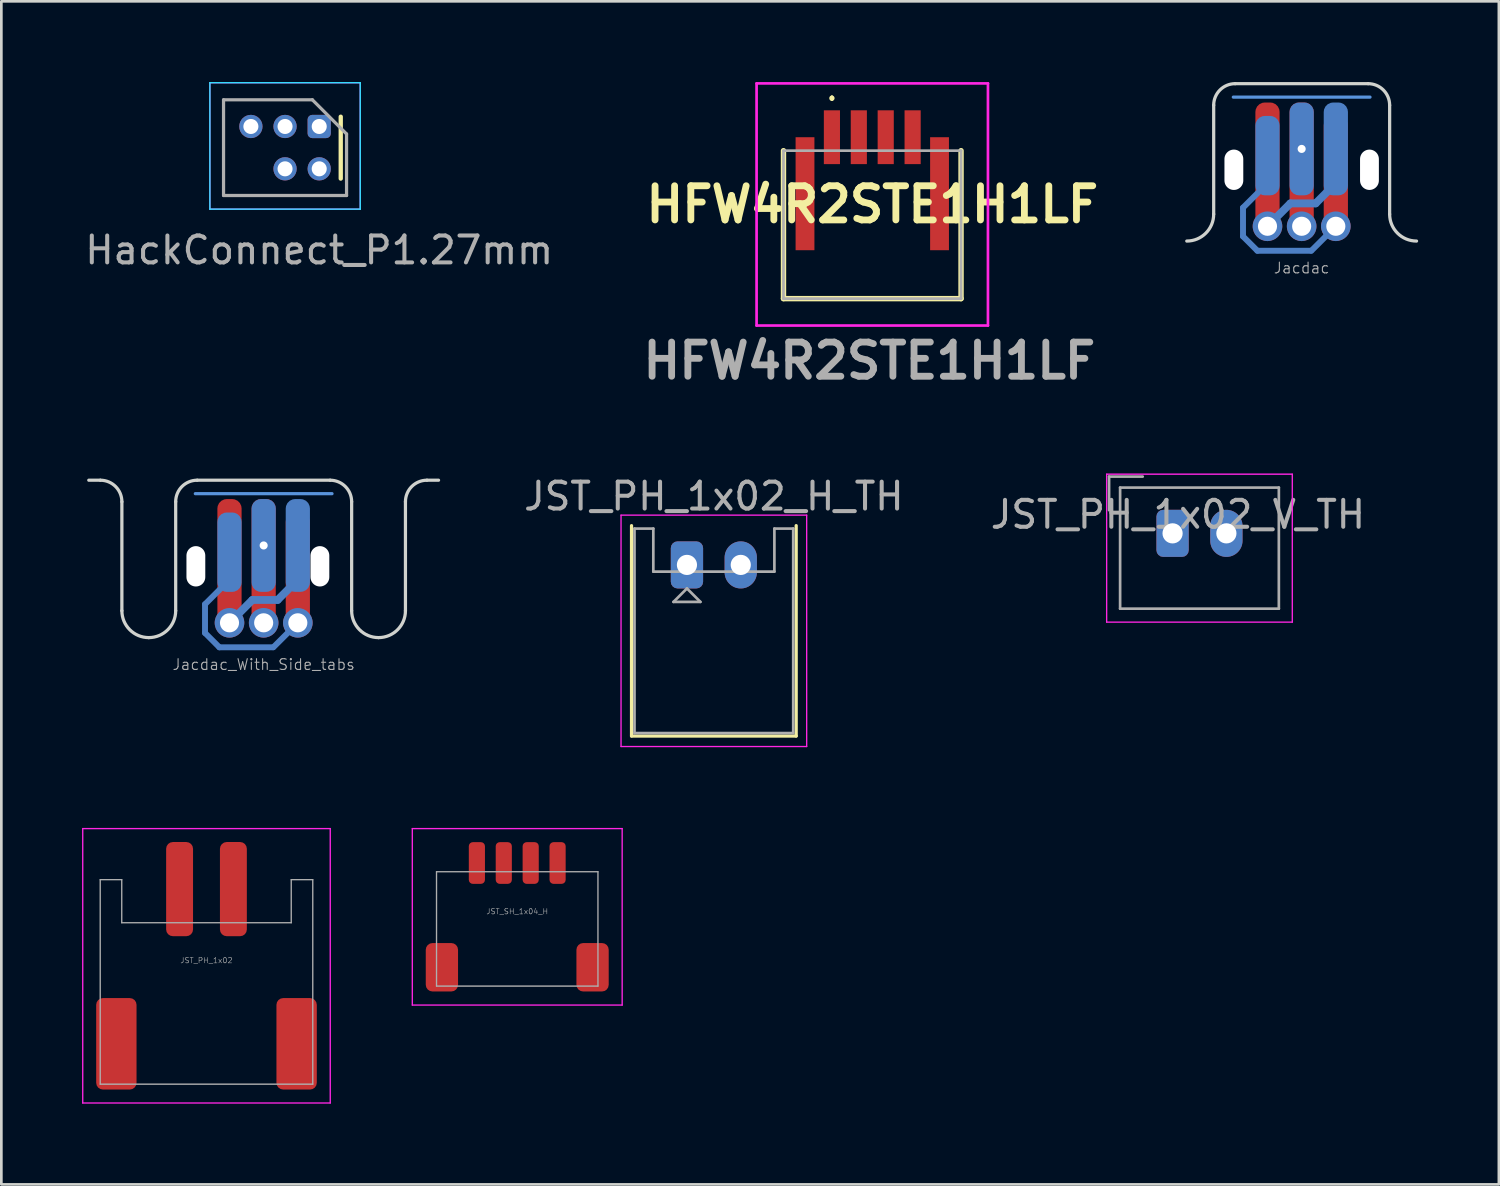
<source format=kicad_pcb>
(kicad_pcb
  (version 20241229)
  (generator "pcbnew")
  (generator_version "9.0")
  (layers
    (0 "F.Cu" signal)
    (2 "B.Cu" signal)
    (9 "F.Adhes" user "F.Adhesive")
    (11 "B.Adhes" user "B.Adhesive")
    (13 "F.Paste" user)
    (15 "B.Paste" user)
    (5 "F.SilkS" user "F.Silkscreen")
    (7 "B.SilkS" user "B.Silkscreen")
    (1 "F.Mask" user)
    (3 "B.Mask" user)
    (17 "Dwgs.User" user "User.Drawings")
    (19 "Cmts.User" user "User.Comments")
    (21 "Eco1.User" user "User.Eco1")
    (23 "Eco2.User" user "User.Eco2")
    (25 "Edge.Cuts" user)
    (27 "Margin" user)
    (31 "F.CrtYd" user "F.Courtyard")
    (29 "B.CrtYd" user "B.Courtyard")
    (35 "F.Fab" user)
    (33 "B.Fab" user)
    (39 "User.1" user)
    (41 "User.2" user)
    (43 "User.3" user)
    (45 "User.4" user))
  (footprint "HFW4R2STE1H1LF"
    (layer "F.Cu")
    (at 29.371 5.05)
    (property "Reference" "HFW4R2STE1H1LF" (at 0 -0.5 0) (layer "F.SilkS") (effects (font (size 1.27 1.27) (thickness 0.254))))
    (attr smd)
    (fp_line (start -3.3 -2.5) (end -3.3 3) (stroke (width 0.2) (type solid)) (layer "F.SilkS"))
    (fp_line (start -3.3 3) (end 3.3 3) (stroke (width 0.2) (type solid)) (layer "F.SilkS"))
    (fp_line (start -1.5 -4.5) (end -1.5 -4.5) (stroke (width 0.1) (type solid)) (layer "F.SilkS"))
    (fp_line (start -1.5 -4.4) (end -1.5 -4.4) (stroke (width 0.1) (type solid)) (layer "F.SilkS"))
    (fp_line (start 3.3 3) (end 3.3 -2.5) (stroke (width 0.2) (type solid)) (layer "F.SilkS"))
    (fp_arc (start -1.5 -4.5) (mid -1.45 -4.45) (end -1.5 -4.4) (stroke (width 0.1) (type solid)) (layer "F.SilkS"))
    (fp_arc (start -1.5 -4.4) (mid -1.55 -4.45) (end -1.5 -4.5) (stroke (width 0.1) (type solid)) (layer "F.SilkS"))
    (fp_line (start -4.3 -5) (end 4.3 -5) (stroke (width 0.1) (type solid)) (layer "F.CrtYd"))
    (fp_line (start -4.3 4) (end -4.3 -5) (stroke (width 0.1) (type solid)) (layer "F.CrtYd"))
    (fp_line (start 4.3 -5) (end 4.3 4) (stroke (width 0.1) (type solid)) (layer "F.CrtYd"))
    (fp_line (start 4.3 4) (end -4.3 4) (stroke (width 0.1) (type solid)) (layer "F.CrtYd"))
    (fp_line (start -3.3 -2.5) (end -3.3 3) (stroke (width 0.1) (type solid)) (layer "F.Fab"))
    (fp_line (start -3.3 3) (end 3.3 3) (stroke (width 0.1) (type solid)) (layer "F.Fab"))
    (fp_line (start 3.3 -2.5) (end -3.3 -2.5) (stroke (width 0.1) (type solid)) (layer "F.Fab"))
    (fp_line (start 3.3 3) (end 3.3 -2.5) (stroke (width 0.1) (type solid)) (layer "F.Fab"))
    (fp_text user "${REFERENCE}" (at -0.11 5.31 0) (layer "F.Fab") (effects (font (size 1.27 1.27) (thickness 0.254))))
    (pad "1" smd rect (at -1.5 -3) (size 0.6 2) (layers "F.Cu" "F.Mask" "F.Paste"))
    (pad "2" smd rect (at -0.5 -3) (size 0.6 2) (layers "F.Cu" "F.Mask" "F.Paste"))
    (pad "3" smd rect (at 0.5 -3) (size 0.6 2) (layers "F.Cu" "F.Mask" "F.Paste"))
    (pad "4" smd rect (at 1.5 -3) (size 0.6 2) (layers "F.Cu" "F.Mask" "F.Paste"))
    (pad "MP1" smd rect (at -2.5 -0.9) (size 0.7 4.2) (layers "F.Cu" "F.Mask" "F.Paste"))
    (pad "MP2" smd rect (at 2.5 -0.9) (size 0.7 4.2) (layers "F.Cu" "F.Mask" "F.Paste")))
  (footprint "JST_PH_1x02"
    (layer "F.Cu")
    (at 4.625 32.847)
    (property "Reference" "JST_PH_1x02" (at 0 -0.2 0) (unlocked yes) (layer "F.Fab") (effects (font (size 0.2 0.2) (thickness 0.02))))
    (attr smd)
    (fp_line (start -4.6 -5.1) (end -4.6 5.1) (stroke (width 0.05) (type solid)) (layer "F.CrtYd"))
    (fp_line (start -4.6 5.1) (end 4.6 5.1) (stroke (width 0.05) (type solid)) (layer "F.CrtYd"))
    (fp_line (start 4.6 -5.1) (end -4.6 -5.1) (stroke (width 0.05) (type solid)) (layer "F.CrtYd"))
    (fp_line (start 4.6 5.1) (end 4.6 -5.1) (stroke (width 0.05) (type solid)) (layer "F.CrtYd"))
    (fp_line (start -3.95 -3.2) (end -3.95 4.4) (stroke (width 0.05) (type solid)) (layer "F.Fab"))
    (fp_line (start -3.95 -3.2) (end -3.15 -3.2) (stroke (width 0.05) (type solid)) (layer "F.Fab"))
    (fp_line (start -3.95 4.4) (end 3.95 4.4) (stroke (width 0.05) (type solid)) (layer "F.Fab"))
    (fp_line (start -3.15 -3.2) (end -3.15 -1.6) (stroke (width 0.05) (type solid)) (layer "F.Fab"))
    (fp_line (start -3.15 -1.6) (end 3.15 -1.6) (stroke (width 0.05) (type solid)) (layer "F.Fab"))
    (fp_line (start 3.15 -3.2) (end 3.95 -3.2) (stroke (width 0.05) (type solid)) (layer "F.Fab"))
    (fp_line (start 3.15 -1.6) (end 3.15 -3.2) (stroke (width 0.05) (type solid)) (layer "F.Fab"))
    (fp_line (start 3.95 -3.2) (end 3.95 4.4) (stroke (width 0.05) (type solid)) (layer "F.Fab"))
    (pad "1" smd roundrect (at -1 -2.85) (size 1 3.5) (layers "F.Cu" "F.Mask" "F.Paste") (roundrect_rratio 0.25))
    (pad "2" smd roundrect (at -3.35 2.9) (size 1.5 3.4) (layers "F.Cu" "F.Mask" "F.Paste") (roundrect_rratio 0.167))
    (pad "2" smd roundrect (at 1 -2.85) (size 1 3.5) (layers "F.Cu" "F.Mask" "F.Paste") (roundrect_rratio 0.25))
    (pad "2" smd roundrect (at 3.35 2.9) (size 1.5 3.4) (layers "F.Cu" "F.Mask" "F.Paste") (roundrect_rratio 0.167)))
  (footprint "JST_SH_1x04_H"
    (layer "F.Cu")
    (at 16.175 31.027)
    (property "Reference" "JST_SH_1x04_H" (at 0 -0.2 0) (unlocked yes) (layer "F.Fab") (effects (font (size 0.2 0.2) (thickness 0.02))))
    (attr smd)
    (fp_line (start -3.9 -3.28) (end -3.9 3.28) (stroke (width 0.05) (type solid)) (layer "F.CrtYd"))
    (fp_line (start -3.9 3.28) (end 3.9 3.28) (stroke (width 0.05) (type solid)) (layer "F.CrtYd"))
    (fp_line (start 3.9 -3.28) (end -3.9 -3.28) (stroke (width 0.05) (type solid)) (layer "F.CrtYd"))
    (fp_line (start 3.9 3.28) (end 3.9 -3.28) (stroke (width 0.05) (type solid)) (layer "F.CrtYd"))
    (fp_line (start -3 -1.675) (end -3 2.575) (stroke (width 0.05) (type solid)) (layer "F.Fab"))
    (fp_line (start -3 -1.675) (end 3 -1.675) (stroke (width 0.05) (type solid)) (layer "F.Fab"))
    (fp_line (start -3 2.575) (end 3 2.575) (stroke (width 0.05) (type solid)) (layer "F.Fab"))
    (fp_line (start 3 -1.675) (end 3 2.575) (stroke (width 0.05) (type solid)) (layer "F.Fab"))
    (pad "1" smd roundrect (at -1.5 -2) (size 0.6 1.55) (layers "F.Cu" "F.Mask" "F.Paste") (roundrect_rratio 0.25))
    (pad "2" smd roundrect (at -0.5 -2) (size 0.6 1.55) (layers "F.Cu" "F.Mask" "F.Paste") (roundrect_rratio 0.25))
    (pad "3" smd roundrect (at 0.5 -2) (size 0.6 1.55) (layers "F.Cu" "F.Mask" "F.Paste") (roundrect_rratio 0.25))
    (pad "4" smd roundrect (at 1.5 -2) (size 0.6 1.55) (layers "F.Cu" "F.Mask" "F.Paste") (roundrect_rratio 0.25))
    (pad "MP" smd roundrect (at -2.8 1.875) (size 1.2 1.8) (layers "F.Cu" "F.Mask" "F.Paste") (roundrect_rratio 0.208))
    (pad "MP" smd roundrect (at 2.8 1.875) (size 1.2 1.8) (layers "F.Cu" "F.Mask" "F.Paste") (roundrect_rratio 0.208)))
  (footprint "HackConnect_P1.27mm"
    (layer "F.Cu")
    (at 8.815 2.438)
    (property "Reference" "HackConnect_P1.27mm" (at 0 3.81 0) (layer "F.Fab") (effects (font (size 1 1) (thickness 0.15))))
    (attr through_hole)
    (fp_line (start 0.8 1.15) (end 0.8 -1.15) (stroke (width 0.16) (type default)) (layer "F.SilkS"))
    (fp_line (start -4.064 -2.413) (end 1.524 -2.413) (stroke (width 0.05) (type solid)) (layer "B.CrtYd"))
    (fp_line (start -4.064 2.286) (end -4.064 -2.413) (stroke (width 0.05) (type solid)) (layer "B.CrtYd"))
    (fp_line (start 1.524 -2.413) (end 1.524 2.286) (stroke (width 0.05) (type solid)) (layer "B.CrtYd"))
    (fp_line (start 1.524 2.286) (end -4.064 2.286) (stroke (width 0.05) (type solid)) (layer "B.CrtYd"))
    (fp_line (start -4.064 -2.413) (end 1.524 -2.413) (stroke (width 0.05) (type solid)) (layer "F.CrtYd"))
    (fp_line (start -4.064 2.286) (end -4.064 -2.413) (stroke (width 0.05) (type solid)) (layer "F.CrtYd"))
    (fp_line (start 1.524 -2.413) (end 1.524 2.286) (stroke (width 0.05) (type solid)) (layer "F.CrtYd"))
    (fp_line (start 1.524 2.286) (end -4.064 2.286) (stroke (width 0.05) (type solid)) (layer "F.CrtYd"))
    (fp_line (start -3.556 -1.778) (end -0.254 -1.778) (stroke (width 0.12) (type solid)) (layer "F.Fab"))
    (fp_line (start -3.556 1.778) (end -3.556 -1.778) (stroke (width 0.12) (type solid)) (layer "F.Fab"))
    (fp_line (start -0.254 -1.778) (end 1.016 -0.508) (stroke (width 0.12) (type solid)) (layer "F.Fab"))
    (fp_line (start 1.016 -0.508) (end 1.016 1.778) (stroke (width 0.12) (type solid)) (layer "F.Fab"))
    (fp_line (start 1.016 1.778) (end -3.556 1.778) (stroke (width 0.12) (type solid)) (layer "F.Fab"))
    (pad "1" thru_hole roundrect (at 0 -0.787) (size 0.864 0.864) (drill 0.559) (layers "*.Cu" "*.Mask") (roundrect_rratio 0.2))
    (pad "2" thru_hole circle (at 0 0.787) (size 0.864 0.864) (drill 0.559) (layers "*.Cu" "*.Mask"))
    (pad "3" thru_hole circle (at -1.27 -0.787) (size 0.864 0.864) (drill 0.559) (layers "*.Cu" "*.Mask"))
    (pad "4" thru_hole circle (at -1.27 0.787) (size 0.864 0.864) (drill 0.559) (layers "*.Cu" "*.Mask"))
    (pad "5" thru_hole circle (at -2.54 -0.787) (size 0.864 0.864) (drill 0.559) (layers "*.Cu" "*.Mask")))
  (footprint "JST_PH_1x02_H_TH"
    (layer "F.Cu")
    (at 22.483 17.947)
    (property "Reference" "JST_PH_1x02_H_TH" (at 1 -2.55 0) (layer "F.Fab") (effects (font (size 1 1) (thickness 0.15))))
    (attr through_hole)
    (fp_line (start -2.06 -1.46) (end -2.06 6.36) (stroke (width 0.12) (type solid)) (layer "F.SilkS"))
    (fp_line (start -2.06 6.36) (end 4.06 6.36) (stroke (width 0.12) (type solid)) (layer "F.SilkS"))
    (fp_line (start 4.06 6.36) (end 4.06 -1.46) (stroke (width 0.12) (type solid)) (layer "F.SilkS"))
    (fp_line (start -2.45 -1.85) (end -2.45 6.75) (stroke (width 0.05) (type solid)) (layer "F.CrtYd"))
    (fp_line (start -2.45 6.75) (end 4.45 6.75) (stroke (width 0.05) (type solid)) (layer "F.CrtYd"))
    (fp_line (start 4.45 -1.85) (end -2.45 -1.85) (stroke (width 0.05) (type solid)) (layer "F.CrtYd"))
    (fp_line (start 4.45 6.75) (end 4.45 -1.85) (stroke (width 0.05) (type solid)) (layer "F.CrtYd"))
    (fp_line (start -1.95 -1.35) (end -1.95 6.25) (stroke (width 0.1) (type solid)) (layer "F.Fab"))
    (fp_line (start -1.95 6.25) (end 3.95 6.25) (stroke (width 0.1) (type solid)) (layer "F.Fab"))
    (fp_line (start -1.25 -1.35) (end -1.95 -1.35) (stroke (width 0.1) (type solid)) (layer "F.Fab"))
    (fp_line (start -1.25 0.25) (end -1.25 -1.35) (stroke (width 0.1) (type solid)) (layer "F.Fab"))
    (fp_line (start -0.5 1.375) (end 0.5 1.375) (stroke (width 0.1) (type solid)) (layer "F.Fab"))
    (fp_line (start 0 0.875) (end -0.5 1.375) (stroke (width 0.1) (type solid)) (layer "F.Fab"))
    (fp_line (start 0.5 1.375) (end 0 0.875) (stroke (width 0.1) (type solid)) (layer "F.Fab"))
    (fp_line (start 3.25 -1.35) (end 3.25 0.25) (stroke (width 0.1) (type solid)) (layer "F.Fab"))
    (fp_line (start 3.25 0.25) (end -1.25 0.25) (stroke (width 0.1) (type solid)) (layer "F.Fab"))
    (fp_line (start 3.95 -1.35) (end 3.25 -1.35) (stroke (width 0.1) (type solid)) (layer "F.Fab"))
    (fp_line (start 3.95 6.25) (end 3.95 -1.35) (stroke (width 0.1) (type solid)) (layer "F.Fab"))
    (pad "1" thru_hole roundrect (at 0 0) (size 1.2 1.75) (drill 0.75) (layers "*.Cu" "*.Mask") (roundrect_rratio 0.208))
    (pad "2" thru_hole oval (at 2 0) (size 1.2 1.75) (drill 0.75) (layers "*.Cu" "*.Mask")))
  (footprint "JST_PH_1x02_V_TH"
    (layer "F.Cu")
    (at 40.533 16.774)
    (property "Reference" "JST_PH_1x02_V_TH" (at 0.2 -0.7 0) (layer "F.Fab") (effects (font (size 1 1) (thickness 0.15))))
    (attr through_hole)
    (fp_line (start -2.45 -2.2) (end -2.45 3.3) (stroke (width 0.05) (type solid)) (layer "F.CrtYd"))
    (fp_line (start -2.45 3.3) (end 4.45 3.3) (stroke (width 0.05) (type solid)) (layer "F.CrtYd"))
    (fp_line (start 4.45 -2.2) (end -2.45 -2.2) (stroke (width 0.05) (type solid)) (layer "F.CrtYd"))
    (fp_line (start 4.45 3.3) (end 4.45 -2.2) (stroke (width 0.05) (type solid)) (layer "F.CrtYd"))
    (fp_line (start -2.36 -2.11) (end -2.36 -0.86) (stroke (width 0.1) (type solid)) (layer "F.Fab"))
    (fp_line (start -1.95 -1.7) (end -1.95 2.8) (stroke (width 0.1) (type solid)) (layer "F.Fab"))
    (fp_line (start -1.95 2.8) (end 3.95 2.8) (stroke (width 0.1) (type solid)) (layer "F.Fab"))
    (fp_line (start -1.11 -2.11) (end -2.36 -2.11) (stroke (width 0.1) (type solid)) (layer "F.Fab"))
    (fp_line (start 3.95 -1.7) (end -1.95 -1.7) (stroke (width 0.1) (type solid)) (layer "F.Fab"))
    (fp_line (start 3.95 2.8) (end 3.95 -1.7) (stroke (width 0.1) (type solid)) (layer "F.Fab"))
    (pad "1" thru_hole roundrect (at 0 0) (size 1.2 1.75) (drill 0.75) (layers "*.Cu" "*.Mask") (roundrect_rratio 0.208))
    (pad "2" thru_hole oval (at 2 0) (size 1.2 1.75) (drill 0.75) (layers "*.Cu" "*.Mask")))
  (footprint "Jacdac"
    (layer "F.Cu")
    (at 45.331 5.91)
    (property "Reference" "Jacdac" (at 0 1 0) (layer "F.Fab") (effects (font (size 0.4 0.4) (thickness 0.04))))
    (attr exclude_from_pos_files exclude_from_bom)
    (fp_line (start -2.54 -5.35) (end 2.54 -5.35) (stroke (width 0.12) (type solid)) (layer "Cmts.User"))
    (fp_line (start -3.27 -5.05) (end -3.27 -1) (stroke (width 0.12) (type solid)) (layer "Edge.Cuts"))
    (fp_line (start -2.47 -5.85) (end 2.47 -5.85) (stroke (width 0.12) (type solid)) (layer "Edge.Cuts"))
    (fp_line (start 3.27 -5.05) (end 3.27 -1) (stroke (width 0.12) (type solid)) (layer "Edge.Cuts"))
    (fp_arc (start -3.27 -5.05) (mid -3.035685 -5.615685) (end -2.47 -5.85) (stroke (width 0.12) (type solid)) (layer "Edge.Cuts"))
    (fp_arc (start -3.27 -1) (mid -3.562893 -0.292893) (end -4.27 0) (stroke (width 0.12) (type solid)) (layer "Edge.Cuts"))
    (fp_arc (start 2.47 -5.85) (mid 3.035685 -5.615685) (end 3.27 -5.05) (stroke (width 0.12) (type solid)) (layer "Edge.Cuts"))
    (fp_arc (start 4.27 0) (mid 3.562893 -0.292893) (end 3.27 -1) (stroke (width 0.12) (type solid)) (layer "Edge.Cuts"))
    (pad "" np_thru_hole oval (at -2.52 -2.65) (size 0.7 1.5) (drill oval 0.7 1.5) (layers "*.Cu" "*.Mask"))
    (pad "" np_thru_hole oval (at 2.52 -2.65) (size 0.7 1.5) (drill oval 0.7 1.5) (layers "*.Cu" "*.Mask"))
    (pad "1" smd oval (at -2.18 -0.707 90) (size 1.287 0.22) (layers "B.Cu"))
    (pad "1" smd oval (at -1.913 0.093 315) (size 0.974 0.22) (layers "B.Cu"))
    (pad "1" smd oval (at -1.725 -1.695 45) (size 1.507 0.22) (layers "B.Cu"))
    (pad "1" smd roundrect (at -1.27 -3.175) (size 0.9 2.95) (layers "B.Cu" "B.Mask") (roundrect_rratio 0.389))
    (pad "1" smd oval (at -0.651 0.36) (size 2.212 0.22) (layers "B.Cu"))
    (pad "1" smd oval (at 0.815 -0.095 45) (size 1.507 0.22) (layers "B.Cu"))
    (pad "1" smd roundrect (at 1.27 -2.375) (size 0.9 4.55) (layers "F.Cu" "F.Mask") (roundrect_rratio 0.389))
    (pad "1" thru_hole circle (at 1.27 -0.55) (size 1.1 1.1) (drill 0.71) (layers "*.Cu" "*.Mask"))
    (pad "2" thru_hole circle (at 0 -3.425) (size 0.6 0.6) (drill 0.3) (layers "*.Cu" "*.Mask"))
    (pad "2" smd roundrect (at 0 -3.425) (size 0.9 3.45) (layers "B.Cu" "B.Mask") (roundrect_rratio 0.389))
    (pad "2" smd roundrect (at 0 -2.625) (size 0.9 5.05) (layers "F.Cu" "F.Mask") (roundrect_rratio 0.389))
    (pad "2" thru_hole circle (at 0 -0.55) (size 1.1 1.1) (drill 0.71) (layers "*.Cu" "*.Mask"))
    (pad "3" smd roundrect (at -1.27 -2.625) (size 0.9 5.05) (layers "F.Cu" "F.Mask") (roundrect_rratio 0.389))
    (pad "3" thru_hole circle (at -1.27 -0.55) (size 1.1 1.1) (drill 0.71) (layers "*.Cu" "*.Mask"))
    (pad "3" smd oval (at -0.845 -0.975 45) (size 1.492 0.29) (layers "B.Cu"))
    (pad "3" smd oval (at 0.05 -1.4) (size 1.23 0.29) (layers "B.Cu"))
    (pad "3" smd oval (at 0.895 -1.775 45) (size 1.351 0.29) (layers "B.Cu"))
    (pad "3" smd roundrect (at 1.27 -3.425) (size 0.9 3.45) (layers "B.Cu" "B.Mask") (roundrect_rratio 0.389)))
  (footprint "Jacdac_With_Side_tabs"
    (layer "F.Cu")
    (at 0.25 14.799)
    (property "Reference" "Jacdac_With_Side_tabs" (at 6.5 6.85 0) (layer "F.Fab") (effects (font (size 0.4 0.4) (thickness 0.04))))
    (attr exclude_from_pos_files exclude_from_bom)
    (fp_line (start 3.96 0.5) (end 9.04 0.5) (stroke (width 0.12) (type solid)) (layer "Cmts.User"))
    (fp_line (start 0 0) (end 0.43 0) (stroke (width 0.12) (type solid)) (layer "Edge.Cuts"))
    (fp_line (start 1.23 0.8) (end 1.23 4.85) (stroke (width 0.12) (type solid)) (layer "Edge.Cuts"))
    (fp_line (start 3.23 0.8) (end 3.23 4.85) (stroke (width 0.12) (type solid)) (layer "Edge.Cuts"))
    (fp_line (start 4.03 0) (end 8.97 0) (stroke (width 0.12) (type solid)) (layer "Edge.Cuts"))
    (fp_line (start 9.77 0.8) (end 9.77 4.85) (stroke (width 0.12) (type solid)) (layer "Edge.Cuts"))
    (fp_line (start 11.77 0.8) (end 11.77 4.85) (stroke (width 0.12) (type solid)) (layer "Edge.Cuts"))
    (fp_line (start 12.57 0) (end 13 0) (stroke (width 0.12) (type solid)) (layer "Edge.Cuts"))
    (fp_arc (start 0.43 0) (mid 0.995685 0.234315) (end 1.23 0.8) (stroke (width 0.12) (type solid)) (layer "Edge.Cuts"))
    (fp_arc (start 2.23 5.85) (mid 1.522893 5.557107) (end 1.23 4.85) (stroke (width 0.12) (type solid)) (layer "Edge.Cuts"))
    (fp_arc (start 3.23 0.8) (mid 3.464315 0.234315) (end 4.03 0) (stroke (width 0.12) (type solid)) (layer "Edge.Cuts"))
    (fp_arc (start 3.23 4.85) (mid 2.937107 5.557107) (end 2.23 5.85) (stroke (width 0.12) (type solid)) (layer "Edge.Cuts"))
    (fp_arc (start 8.97 0) (mid 9.535685 0.234315) (end 9.77 0.8) (stroke (width 0.12) (type solid)) (layer "Edge.Cuts"))
    (fp_arc (start 10.77 5.85) (mid 10.062893 5.557107) (end 9.77 4.85) (stroke (width 0.12) (type solid)) (layer "Edge.Cuts"))
    (fp_arc (start 11.77 0.8) (mid 12.004315 0.234315) (end 12.57 0) (stroke (width 0.12) (type solid)) (layer "Edge.Cuts"))
    (fp_arc (start 11.77 4.85) (mid 11.477107 5.557107) (end 10.77 5.85) (stroke (width 0.12) (type solid)) (layer "Edge.Cuts"))
    (pad "" np_thru_hole oval (at 3.98 3.2) (size 0.7 1.5) (drill oval 0.7 1.5) (layers "*.Cu" "*.Mask"))
    (pad "" np_thru_hole oval (at 8.59 3.2) (size 0.7 1.5) (drill oval 0.7 1.5) (layers "*.Cu" "*.Mask"))
    (pad "1" smd oval (at 4.32 5.144 90) (size 1.287 0.22) (layers "B.Cu"))
    (pad "1" smd oval (at 4.587 5.944 315) (size 0.974 0.22) (layers "B.Cu"))
    (pad "1" smd oval (at 4.775 4.155 45) (size 1.507 0.22) (layers "B.Cu"))
    (pad "1" smd roundrect (at 5.23 2.675) (size 0.9 2.95) (layers "B.Cu" "B.Mask") (roundrect_rratio 0.389))
    (pad "1" smd oval (at 5.849 6.21) (size 2.212 0.22) (layers "B.Cu"))
    (pad "1" smd oval (at 7.315 5.755 45) (size 1.507 0.22) (layers "B.Cu"))
    (pad "1" smd roundrect (at 7.77 3.475) (size 0.9 4.55) (layers "F.Cu" "F.Mask") (roundrect_rratio 0.389))
    (pad "1" thru_hole circle (at 7.77 5.3) (size 1.1 1.1) (drill 0.71) (layers "*.Cu" "*.Mask"))
    (pad "2" thru_hole circle (at 6.5 2.425) (size 0.6 0.6) (drill 0.3) (layers "*.Cu" "*.Mask"))
    (pad "2" smd roundrect (at 6.5 2.425) (size 0.9 3.45) (layers "B.Cu" "B.Mask") (roundrect_rratio 0.389))
    (pad "2" smd roundrect (at 6.5 3.225) (size 0.9 5.05) (layers "F.Cu" "F.Mask") (roundrect_rratio 0.389))
    (pad "2" thru_hole circle (at 6.5 5.3) (size 1.1 1.1) (drill 0.71) (layers "*.Cu" "*.Mask"))
    (pad "3" smd roundrect (at 5.23 3.225) (size 0.9 5.05) (layers "F.Cu" "F.Mask") (roundrect_rratio 0.389))
    (pad "3" thru_hole circle (at 5.23 5.3) (size 1.1 1.1) (drill 0.71) (layers "*.Cu" "*.Mask"))
    (pad "3" smd oval (at 5.655 4.875 45) (size 1.492 0.29) (layers "B.Cu"))
    (pad "3" smd oval (at 6.55 4.45) (size 1.23 0.29) (layers "B.Cu"))
    (pad "3" smd oval (at 7.395 4.075 45) (size 1.351 0.29) (layers "B.Cu"))
    (pad "3" smd roundrect (at 7.77 2.425) (size 0.9 3.45) (layers "B.Cu" "B.Mask") (roundrect_rratio 0.389)))
  (gr_rect
    (start -3 -3)
    (end 52.661 40.972)
    (stroke (width 0.1) (type default))
    (fill no)
    (layer "Edge.Cuts")))
</source>
